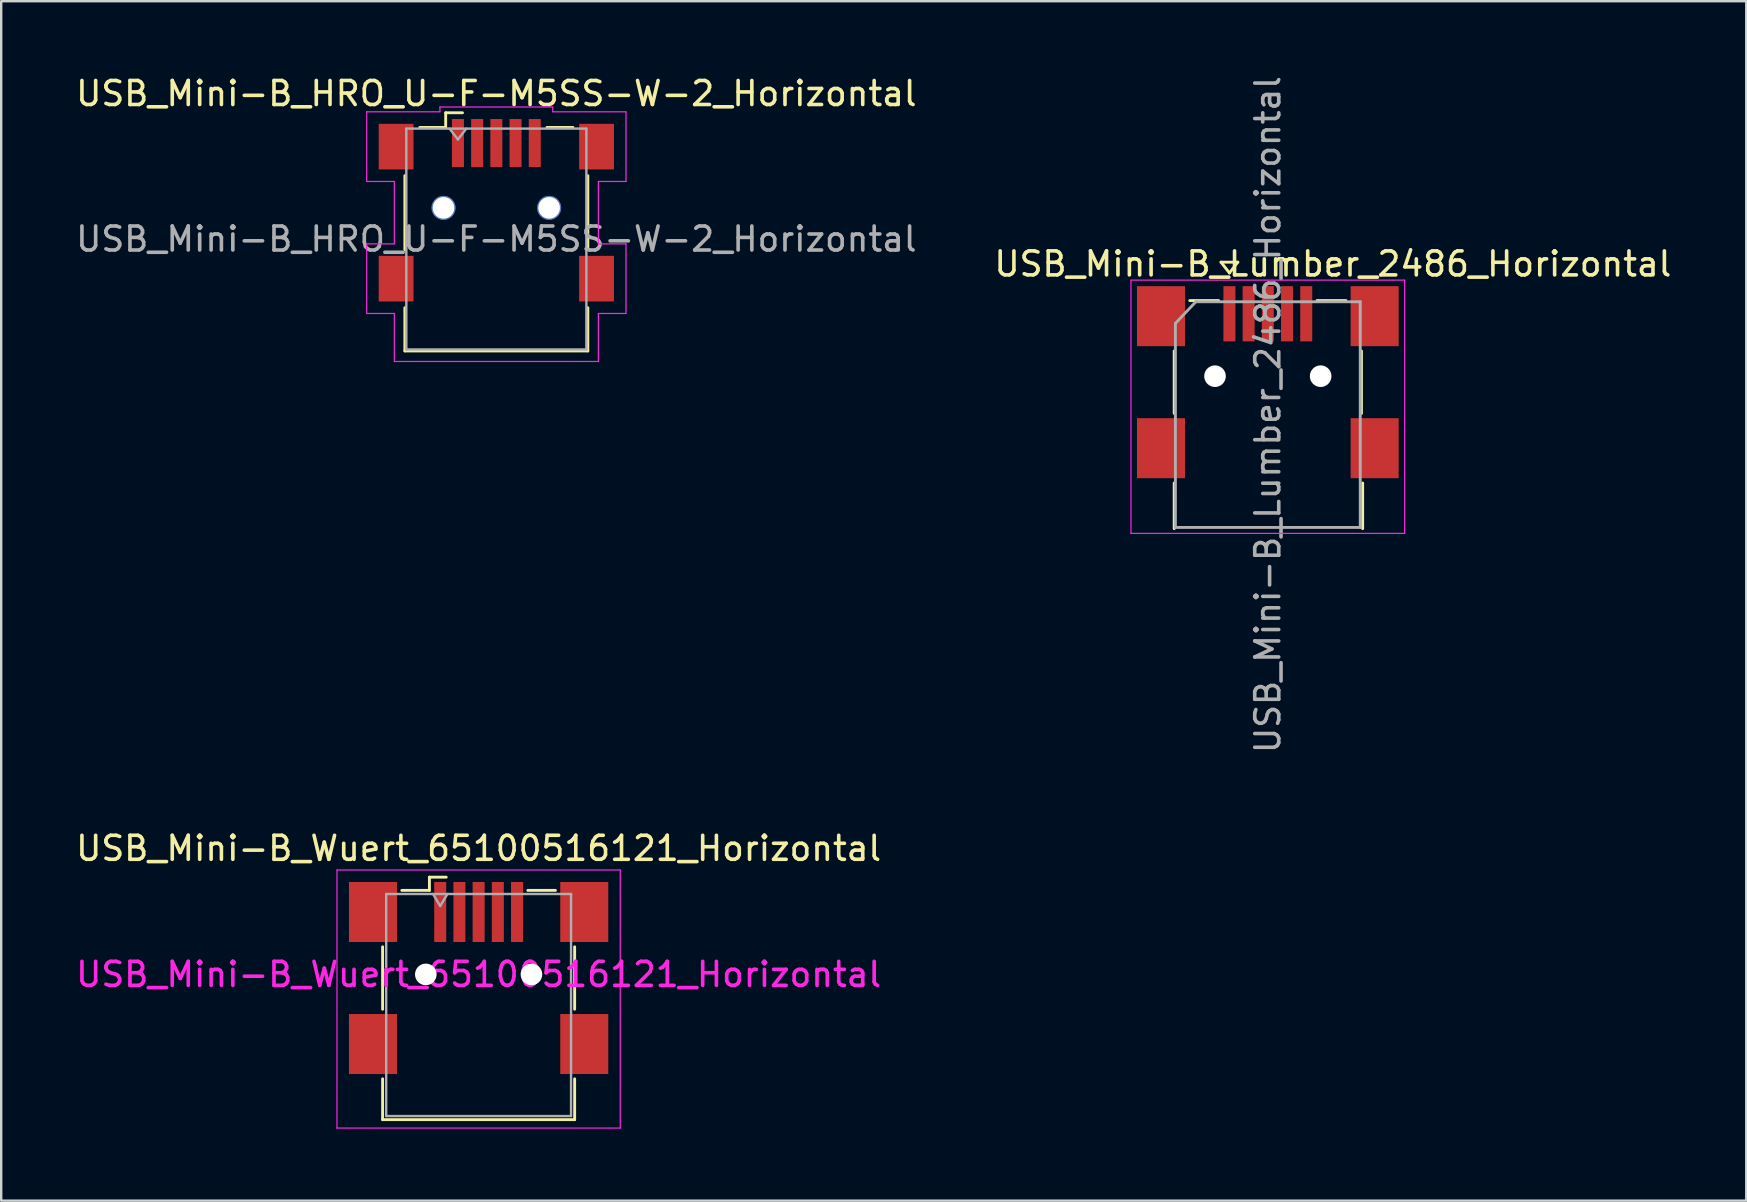
<source format=kicad_pcb>
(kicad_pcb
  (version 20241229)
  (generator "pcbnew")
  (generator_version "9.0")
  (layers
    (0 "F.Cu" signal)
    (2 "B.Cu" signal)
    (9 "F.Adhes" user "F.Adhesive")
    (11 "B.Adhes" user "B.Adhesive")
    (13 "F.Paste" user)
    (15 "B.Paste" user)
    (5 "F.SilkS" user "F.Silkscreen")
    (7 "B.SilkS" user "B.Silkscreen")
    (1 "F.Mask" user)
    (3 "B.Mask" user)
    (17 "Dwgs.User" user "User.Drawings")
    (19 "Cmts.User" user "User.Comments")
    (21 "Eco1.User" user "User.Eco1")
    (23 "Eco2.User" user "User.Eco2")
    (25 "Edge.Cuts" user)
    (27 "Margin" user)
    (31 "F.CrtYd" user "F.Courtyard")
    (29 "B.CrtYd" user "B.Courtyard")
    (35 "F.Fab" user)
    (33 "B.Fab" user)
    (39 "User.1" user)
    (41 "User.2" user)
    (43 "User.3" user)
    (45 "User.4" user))
  (footprint "USB_Mini-B_HRO_U-F-M5SS-W-2_Horizontal"
    (layer "F.Cu")
    (at 17.625 5.608)
    (property "Reference" "USB_Mini-B_HRO_U-F-M5SS-W-2_Horizontal" (at 0 -4.76 0) (layer "F.SilkS") (effects (font (size 1 1) (thickness 0.15))))
    (attr smd)
    (fp_line (start -3.81 1.74) (end -3.81 -1.34) (stroke (width 0.12) (type solid)) (layer "F.SilkS"))
    (fp_line (start -3.81 5.96) (end -3.81 4.16) (stroke (width 0.12) (type solid)) (layer "F.SilkS"))
    (fp_line (start -3.19 -3.35) (end -2.11 -3.35) (stroke (width 0.12) (type solid)) (layer "F.SilkS"))
    (fp_line (start -2.11 -3.96) (end -1.41 -3.96) (stroke (width 0.12) (type solid)) (layer "F.SilkS"))
    (fp_line (start -2.11 -3.35) (end -2.11 -3.96) (stroke (width 0.12) (type solid)) (layer "F.SilkS"))
    (fp_line (start 2.11 -3.35) (end 3.19 -3.35) (stroke (width 0.12) (type solid)) (layer "F.SilkS"))
    (fp_line (start 3.81 1.74) (end 3.81 -1.34) (stroke (width 0.12) (type solid)) (layer "F.SilkS"))
    (fp_line (start 3.81 5.96) (end -3.81 5.96) (stroke (width 0.12) (type solid)) (layer "F.SilkS"))
    (fp_line (start 3.81 5.96) (end 3.81 4.16) (stroke (width 0.12) (type solid)) (layer "F.SilkS"))
    (fp_line (start -5.4 -4) (end -5.4 -1.1) (stroke (width 0.05) (type solid)) (layer "F.CrtYd"))
    (fp_line (start -5.4 -4) (end -2.35 -4) (stroke (width 0.05) (type solid)) (layer "F.CrtYd"))
    (fp_line (start -5.4 1.5) (end -5.4 4.4) (stroke (width 0.05) (type solid)) (layer "F.CrtYd"))
    (fp_line (start -4.25 -1.1) (end -5.4 -1.1) (stroke (width 0.05) (type solid)) (layer "F.CrtYd"))
    (fp_line (start -4.25 -1.1) (end -4.25 1.5) (stroke (width 0.05) (type solid)) (layer "F.CrtYd"))
    (fp_line (start -4.25 1.5) (end -5.4 1.5) (stroke (width 0.05) (type solid)) (layer "F.CrtYd"))
    (fp_line (start -4.25 4.4) (end -5.4 4.4) (stroke (width 0.05) (type solid)) (layer "F.CrtYd"))
    (fp_line (start -4.25 6.4) (end -4.25 4.4) (stroke (width 0.05) (type solid)) (layer "F.CrtYd"))
    (fp_line (start -4.25 6.4) (end 4.25 6.4) (stroke (width 0.05) (type solid)) (layer "F.CrtYd"))
    (fp_line (start -2.35 -4) (end -2.35 -4.2) (stroke (width 0.05) (type solid)) (layer "F.CrtYd"))
    (fp_line (start 2.35 -4.2) (end -2.35 -4.2) (stroke (width 0.05) (type solid)) (layer "F.CrtYd"))
    (fp_line (start 2.35 -4) (end 2.35 -4.2) (stroke (width 0.05) (type solid)) (layer "F.CrtYd"))
    (fp_line (start 4.25 -1.1) (end 4.25 1.5) (stroke (width 0.05) (type solid)) (layer "F.CrtYd"))
    (fp_line (start 4.25 -1.1) (end 5.4 -1.1) (stroke (width 0.05) (type solid)) (layer "F.CrtYd"))
    (fp_line (start 4.25 1.5) (end 5.4 1.5) (stroke (width 0.05) (type solid)) (layer "F.CrtYd"))
    (fp_line (start 4.25 4.4) (end 5.4 4.4) (stroke (width 0.05) (type solid)) (layer "F.CrtYd"))
    (fp_line (start 4.25 6.4) (end 4.25 4.4) (stroke (width 0.05) (type solid)) (layer "F.CrtYd"))
    (fp_line (start 5.4 -4) (end 2.35 -4) (stroke (width 0.05) (type solid)) (layer "F.CrtYd"))
    (fp_line (start 5.4 -4) (end 5.4 -1.1) (stroke (width 0.05) (type solid)) (layer "F.CrtYd"))
    (fp_line (start 5.4 1.5) (end 5.4 4.4) (stroke (width 0.05) (type solid)) (layer "F.CrtYd"))
    (fp_line (start -3.75 -3.3) (end -3.75 5.9) (stroke (width 0.1) (type solid)) (layer "F.Fab"))
    (fp_line (start -3.75 -3.3) (end 3.75 -3.3) (stroke (width 0.1) (type solid)) (layer "F.Fab"))
    (fp_line (start -3.75 5.9) (end 3.75 5.9) (stroke (width 0.1) (type solid)) (layer "F.Fab"))
    (fp_line (start -1.95 -3.3) (end -1.6 -2.85) (stroke (width 0.1) (type solid)) (layer "F.Fab"))
    (fp_line (start -1.6 -2.85) (end -1.25 -3.3) (stroke (width 0.1) (type solid)) (layer "F.Fab"))
    (fp_line (start 3.75 5.9) (end 3.75 -3.3) (stroke (width 0.1) (type solid)) (layer "F.Fab"))
    (fp_text user "${REFERENCE}" (at 0 1.3 180) (layer "F.Fab") (effects (font (size 1 1) (thickness 0.15))))
    (pad "" np_thru_hole circle (at -2.2 0) (size 1 1) (drill 0.9) (layers "*.Cu" "*.Mask"))
    (pad "" np_thru_hole circle (at 2.2 0) (size 1 1) (drill 0.9) (layers "*.Cu" "*.Mask"))
    (pad "1" smd rect (at -1.6 -2.7) (size 0.5 2) (layers "F.Cu" "F.Mask" "F.Paste"))
    (pad "2" smd rect (at -0.8 -2.7) (size 0.5 2) (layers "F.Cu" "F.Mask" "F.Paste"))
    (pad "3" smd rect (at 0 -2.7) (size 0.5 2) (layers "F.Cu" "F.Mask" "F.Paste"))
    (pad "4" smd rect (at 0.8 -2.7) (size 0.5 2) (layers "F.Cu" "F.Mask" "F.Paste"))
    (pad "5" smd rect (at 1.6 -2.7) (size 0.5 2) (layers "F.Cu" "F.Mask" "F.Paste"))
    (pad "6" smd rect (at -4.175 -2.55) (size 1.45 1.9) (layers "F.Cu" "F.Mask" "F.Paste"))
    (pad "6" smd rect (at -4.175 2.95) (size 1.45 1.9) (layers "F.Cu" "F.Mask" "F.Paste"))
    (pad "6" smd rect (at 4.175 -2.55) (size 1.45 1.9) (layers "F.Cu" "F.Mask" "F.Paste"))
    (pad "6" smd rect (at 4.175 2.95) (size 1.45 1.9) (layers "F.Cu" "F.Mask" "F.Paste")))
  (footprint "USB_Mini-B_Wuert_65100516121_Horizontal"
    (layer "F.Cu")
    (at 16.887 37.539)
    (property "Reference" "USB_Mini-B_Wuert_65100516121_Horizontal" (at 0 -5.25 0) (layer "F.SilkS") (effects (font (size 1 1) (thickness 0.15))))
    (attr smd)
    (fp_line (start -4 1.45) (end -4 -1.15) (stroke (width 0.12) (type solid)) (layer "F.SilkS"))
    (fp_line (start -4 4.35) (end -4 6.05) (stroke (width 0.12) (type solid)) (layer "F.SilkS"))
    (fp_line (start -4 6.05) (end 4 6.05) (stroke (width 0.12) (type solid)) (layer "F.SilkS"))
    (fp_line (start -3.2 -3.5) (end -2.05 -3.5) (stroke (width 0.12) (type solid)) (layer "F.SilkS"))
    (fp_line (start -2.05 -4.05) (end -1.35 -4.05) (stroke (width 0.12) (type solid)) (layer "F.SilkS"))
    (fp_line (start -2.05 -3.5) (end -2.05 -4.05) (stroke (width 0.12) (type solid)) (layer "F.SilkS"))
    (fp_line (start 2.05 -3.5) (end 3.2 -3.5) (stroke (width 0.12) (type solid)) (layer "F.SilkS"))
    (fp_line (start 4 -1.15) (end 4 1.45) (stroke (width 0.12) (type solid)) (layer "F.SilkS"))
    (fp_line (start 4 6.05) (end 4 4.35) (stroke (width 0.12) (type solid)) (layer "F.SilkS"))
    (fp_line (start -5.9 -4.35) (end 5.9 -4.35) (stroke (width 0.05) (type solid)) (layer "F.CrtYd"))
    (fp_line (start -5.9 6.4) (end -5.9 -4.35) (stroke (width 0.05) (type solid)) (layer "F.CrtYd"))
    (fp_line (start 5.9 -4.35) (end 5.9 6.4) (stroke (width 0.05) (type solid)) (layer "F.CrtYd"))
    (fp_line (start 5.9 6.4) (end -5.9 6.4) (stroke (width 0.05) (type solid)) (layer "F.CrtYd"))
    (fp_line (start -3.85 -3.35) (end 3.85 -3.35) (stroke (width 0.1) (type solid)) (layer "F.Fab"))
    (fp_line (start -3.85 5.9) (end -3.85 -3.35) (stroke (width 0.1) (type solid)) (layer "F.Fab"))
    (fp_line (start -1.9 -3.35) (end -1.6 -2.85) (stroke (width 0.1) (type solid)) (layer "F.Fab"))
    (fp_line (start -1.6 -2.85) (end -1.3 -3.35) (stroke (width 0.1) (type solid)) (layer "F.Fab"))
    (fp_line (start 3.85 -3.35) (end 3.85 5.9) (stroke (width 0.1) (type solid)) (layer "F.Fab"))
    (fp_line (start 3.85 5.9) (end -3.85 5.9) (stroke (width 0.1) (type solid)) (layer "F.Fab"))
    (fp_text user "${REFERENCE}" (at 0 0 0) (layer "F.CrtYd") (effects (font (size 1 1) (thickness 0.15))))
    (pad "" np_thru_hole circle (at -2.2 0) (size 0.9 0.9) (drill 0.9) (layers "*.Cu" "*.Mask"))
    (pad "" np_thru_hole circle (at 2.2 0) (size 0.9 0.9) (drill 0.9) (layers "*.Cu" "*.Mask"))
    (pad "1" smd rect (at -1.6 -2.6) (size 0.5 2.5) (layers "F.Cu" "F.Mask" "F.Paste"))
    (pad "2" smd rect (at -0.8 -2.6) (size 0.5 2.5) (layers "F.Cu" "F.Mask" "F.Paste"))
    (pad "3" smd rect (at 0 -2.6) (size 0.5 2.5) (layers "F.Cu" "F.Mask" "F.Paste"))
    (pad "4" smd rect (at 0.8 -2.6) (size 0.5 2.5) (layers "F.Cu" "F.Mask" "F.Paste"))
    (pad "5" smd rect (at 1.6 -2.6) (size 0.5 2.5) (layers "F.Cu" "F.Mask" "F.Paste"))
    (pad "6" smd rect (at -4.4 -2.6) (size 2 2.5) (layers "F.Cu" "F.Mask" "F.Paste"))
    (pad "6" smd rect (at -4.4 2.9) (size 2 2.5) (layers "F.Cu" "F.Mask" "F.Paste"))
    (pad "6" smd rect (at 4.4 -2.6) (size 2 2.5) (layers "F.Cu" "F.Mask" "F.Paste"))
    (pad "6" smd rect (at 4.4 2.9) (size 2 2.5) (layers "F.Cu" "F.Mask" "F.Paste")))
  (footprint "USB_Mini-B_Lumber_2486_Horizontal"
    (layer "F.Cu")
    (at 49.761 12.87)
    (property "Reference" "USB_Mini-B_Lumber_2486_Horizontal" (at 2.709 -4.925 0) (layer "F.SilkS") (effects (font (size 1 1) (thickness 0.15))))
    (attr smd)
    (fp_line (start -3.9 1.3) (end -3.9 -1.3) (stroke (width 0.12) (type solid)) (layer "F.SilkS"))
    (fp_line (start -3.9 6.1) (end -3.9 4.2) (stroke (width 0.12) (type solid)) (layer "F.SilkS"))
    (fp_line (start -3.25 -3.4) (end -2.05 -3.4) (stroke (width 0.12) (type solid)) (layer "F.SilkS"))
    (fp_line (start -1.95 -5) (end -1.25 -5) (stroke (width 0.12) (type solid)) (layer "F.SilkS"))
    (fp_line (start -1.6 -4.55) (end -1.95 -5) (stroke (width 0.12) (type solid)) (layer "F.SilkS"))
    (fp_line (start -1.25 -5) (end -1.6 -4.55) (stroke (width 0.12) (type solid)) (layer "F.SilkS"))
    (fp_line (start 2.05 -3.4) (end 3.25 -3.4) (stroke (width 0.12) (type solid)) (layer "F.SilkS"))
    (fp_line (start 3.9 1.3) (end 3.9 -1.3) (stroke (width 0.12) (type solid)) (layer "F.SilkS"))
    (fp_line (start 3.95 6.1) (end 3.95 4.2) (stroke (width 0.12) (type solid)) (layer "F.SilkS"))
    (fp_line (start -5.7 6.3) (end -5.7 -4.25) (stroke (width 0.05) (type solid)) (layer "F.CrtYd"))
    (fp_line (start -5.7 6.3) (end 5.7 6.3) (stroke (width 0.05) (type solid)) (layer "F.CrtYd"))
    (fp_line (start 5.7 -4.25) (end -5.7 -4.25) (stroke (width 0.05) (type solid)) (layer "F.CrtYd"))
    (fp_line (start 5.7 -4.25) (end 5.7 6.3) (stroke (width 0.05) (type solid)) (layer "F.CrtYd"))
    (fp_line (start -3.85 -2.45) (end -3.85 6.05) (stroke (width 0.12) (type solid)) (layer "F.Fab"))
    (fp_line (start -3.85 6.05) (end 3.85 6.05) (stroke (width 0.12) (type solid)) (layer "F.Fab"))
    (fp_line (start -3 -3.35) (end -3.85 -2.45) (stroke (width 0.12) (type solid)) (layer "F.Fab"))
    (fp_line (start -3 -3.35) (end 3.85 -3.35) (stroke (width 0.12) (type solid)) (layer "F.Fab"))
    (fp_line (start 3.85 6.05) (end 3.85 -3.35) (stroke (width 0.12) (type solid)) (layer "F.Fab"))
    (fp_text user "${REFERENCE}" (at 0 1.35 90) (layer "F.Fab") (effects (font (size 1 1) (thickness 0.15))))
    (pad "" np_thru_hole circle (at -2.2 -0.25 90) (size 0.9 0.9) (drill 0.9) (layers "*.Cu" "*.Mask"))
    (pad "" np_thru_hole circle (at 2.2 -0.25 90) (size 0.9 0.9) (drill 0.9) (layers "*.Cu" "*.Mask"))
    (pad "1" smd rect (at -1.6 -2.85 90) (size 2.3 0.5) (layers "F.Cu" "F.Mask" "F.Paste"))
    (pad "2" smd rect (at -0.8 -2.85 90) (size 2.3 0.5) (layers "F.Cu" "F.Mask" "F.Paste"))
    (pad "3" smd rect (at 0 -2.85 90) (size 2.3 0.5) (layers "F.Cu" "F.Mask" "F.Paste"))
    (pad "4" smd rect (at 0.8 -2.85 90) (size 2.3 0.5) (layers "F.Cu" "F.Mask" "F.Paste"))
    (pad "5" smd rect (at 1.6 -2.85 90) (size 2.3 0.5) (layers "F.Cu" "F.Mask" "F.Paste"))
    (pad "6" smd rect (at -4.45 -2.75 90) (size 2.5 2) (layers "F.Cu" "F.Mask" "F.Paste"))
    (pad "6" smd rect (at -4.45 2.75 90) (size 2.5 2) (layers "F.Cu" "F.Mask" "F.Paste"))
    (pad "6" smd rect (at 4.45 -2.75 90) (size 2.5 2) (layers "F.Cu" "F.Mask" "F.Paste"))
    (pad "6" smd rect (at 4.45 2.75 90) (size 2.5 2) (layers "F.Cu" "F.Mask" "F.Paste")))
  (gr_rect
    (start -3 -3)
    (end 69.69 46.964)
    (stroke (width 0.1) (type default))
    (fill no)
    (layer "Edge.Cuts")))
</source>
